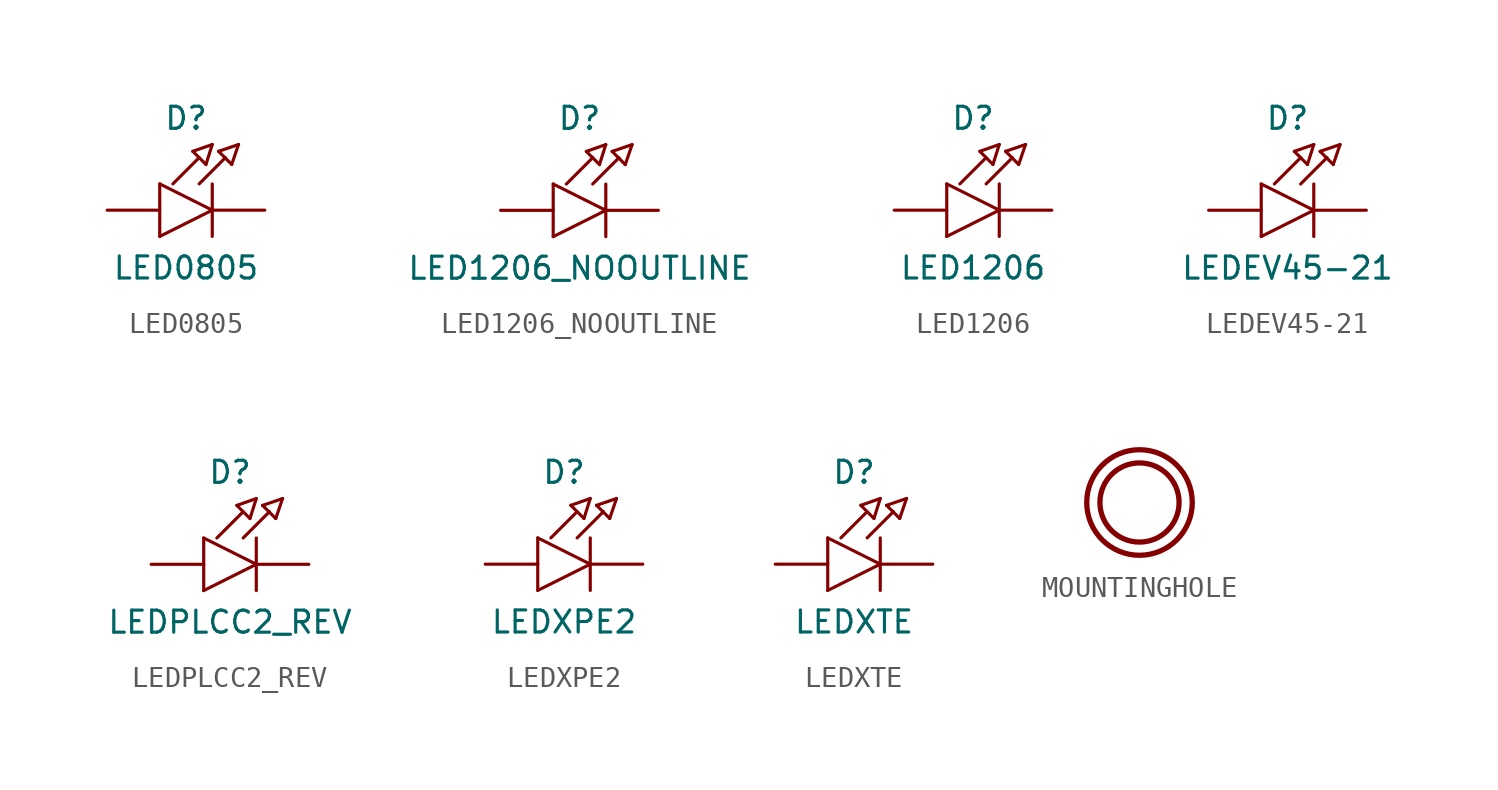
<source format=kicad_sym>
(kicad_symbol_lib
  (version 20211014)
  (generator kicad_symbol_editor)
  (symbol "LED0805"
    (pin_names
      (offset 1.016))
    (property "Reference" "D"
      (at -1.27 4.445 0)
      (effects (font (size 1.067 1.067))))
    (property "Value" "LED0805"
      (at -1.27 -2.794 0)
      (effects (font (size 1.067 1.067))))
    (property "ki_locked" ""
      (at 0 0 0)
      (effects (font (size 1.27 1.27))))
    (symbol "LED0805_1_0"
      (polyline (pts (xy -2.54 -1.27) (xy 0 0)) (stroke (width 0) (type default) (color 0 0 0 0)) (fill (type none)))
      (polyline (pts (xy -2.54 1.27) (xy -2.54 -1.27)) (stroke (width 0) (type default) (color 0 0 0 0)) (fill (type none)))
      (polyline (pts (xy -1.905 1.27) (xy -0.635 2.54)) (stroke (width 0) (type default) (color 0 0 0 0)) (fill (type none)))
      (polyline (pts (xy -0.94 2.845) (xy -0.305 2.21)) (stroke (width 0) (type default) (color 0 0 0 0)) (fill (type none)))
      (polyline (pts (xy -0.635 1.27) (xy 0.635 2.54)) (stroke (width 0) (type default) (color 0 0 0 0)) (fill (type none)))
      (polyline (pts (xy -0.305 2.21) (xy 0 3.175)) (stroke (width 0) (type default) (color 0 0 0 0)) (fill (type none)))
      (polyline (pts (xy 0 0) (xy -2.54 1.27)) (stroke (width 0) (type default) (color 0 0 0 0)) (fill (type none)))
      (polyline (pts (xy 0 0) (xy 0 -1.27)) (stroke (width 0) (type default) (color 0 0 0 0)) (fill (type none)))
      (polyline (pts (xy 0 1.27) (xy 0 0)) (stroke (width 0) (type default) (color 0 0 0 0)) (fill (type none)))
      (polyline (pts (xy 0 3.175) (xy -0.94 2.845)) (stroke (width 0) (type default) (color 0 0 0 0)) (fill (type none)))
      (polyline (pts (xy 0.305 2.845) (xy 0.94 2.21)) (stroke (width 0) (type default) (color 0 0 0 0)) (fill (type none)))
      (polyline (pts (xy 0.94 2.21) (xy 1.27 3.175)) (stroke (width 0) (type default) (color 0 0 0 0)) (fill (type none)))
      (polyline (pts (xy 1.27 3.175) (xy 0.305 2.845)) (stroke (width 0) (type default) (color 0 0 0 0)) (fill (type none)))
      (pin passive line (at -5.08 0 0) (length 2.54) (name "A" (effects (font (size 0 0)))) (number "A" (effects (font (size 0 0)))))
      (pin passive line (at 2.54 0 180) (length 2.54) (name "C" (effects (font (size 0 0)))) (number "C" (effects (font (size 0 0)))))))
  (symbol "LED1206_NOOUTLINE"
    (pin_names
      (offset 1.016))
    (property "Reference" "D"
      (at -1.27 4.445 0)
      (effects (font (size 1.067 1.067))))
    (property "Value" "LED1206_NOOUTLINE"
      (at -1.27 -2.794 0)
      (effects (font (size 1.067 1.067))))
    (property "ki_locked" ""
      (at 0 0 0)
      (effects (font (size 1.27 1.27))))
    (symbol "LED1206_NOOUTLINE_1_0"
      (polyline (pts (xy -2.54 -1.27) (xy 0 0)) (stroke (width 0) (type default) (color 0 0 0 0)) (fill (type none)))
      (polyline (pts (xy -2.54 1.27) (xy -2.54 -1.27)) (stroke (width 0) (type default) (color 0 0 0 0)) (fill (type none)))
      (polyline (pts (xy -1.905 1.27) (xy -0.635 2.54)) (stroke (width 0) (type default) (color 0 0 0 0)) (fill (type none)))
      (polyline (pts (xy -0.94 2.845) (xy -0.305 2.21)) (stroke (width 0) (type default) (color 0 0 0 0)) (fill (type none)))
      (polyline (pts (xy -0.635 1.27) (xy 0.635 2.54)) (stroke (width 0) (type default) (color 0 0 0 0)) (fill (type none)))
      (polyline (pts (xy -0.305 2.21) (xy 0 3.175)) (stroke (width 0) (type default) (color 0 0 0 0)) (fill (type none)))
      (polyline (pts (xy 0 0) (xy -2.54 1.27)) (stroke (width 0) (type default) (color 0 0 0 0)) (fill (type none)))
      (polyline (pts (xy 0 0) (xy 0 -1.27)) (stroke (width 0) (type default) (color 0 0 0 0)) (fill (type none)))
      (polyline (pts (xy 0 1.27) (xy 0 0)) (stroke (width 0) (type default) (color 0 0 0 0)) (fill (type none)))
      (polyline (pts (xy 0 3.175) (xy -0.94 2.845)) (stroke (width 0) (type default) (color 0 0 0 0)) (fill (type none)))
      (polyline (pts (xy 0.305 2.845) (xy 0.94 2.21)) (stroke (width 0) (type default) (color 0 0 0 0)) (fill (type none)))
      (polyline (pts (xy 0.94 2.21) (xy 1.27 3.175)) (stroke (width 0) (type default) (color 0 0 0 0)) (fill (type none)))
      (polyline (pts (xy 1.27 3.175) (xy 0.305 2.845)) (stroke (width 0) (type default) (color 0 0 0 0)) (fill (type none)))
      (pin passive line (at -5.08 0 0) (length 2.54) (name "A" (effects (font (size 0 0)))) (number "A" (effects (font (size 0 0)))))
      (pin passive line (at 2.54 0 180) (length 2.54) (name "C" (effects (font (size 0 0)))) (number "C" (effects (font (size 0 0)))))))
  (symbol "LED1206"
    (pin_names
      (offset 1.016))
    (property "Reference" "D"
      (at -1.27 4.445 0)
      (effects (font (size 1.067 1.067))))
    (property "Value" "LED1206"
      (at -1.27 -2.794 0)
      (effects (font (size 1.067 1.067))))
    (property "ki_locked" ""
      (at 0 0 0)
      (effects (font (size 1.27 1.27))))
    (symbol "LED1206_1_0"
      (polyline (pts (xy -2.54 -1.27) (xy 0 0)) (stroke (width 0) (type default) (color 0 0 0 0)) (fill (type none)))
      (polyline (pts (xy -2.54 1.27) (xy -2.54 -1.27)) (stroke (width 0) (type default) (color 0 0 0 0)) (fill (type none)))
      (polyline (pts (xy -1.905 1.27) (xy -0.635 2.54)) (stroke (width 0) (type default) (color 0 0 0 0)) (fill (type none)))
      (polyline (pts (xy -0.94 2.845) (xy -0.305 2.21)) (stroke (width 0) (type default) (color 0 0 0 0)) (fill (type none)))
      (polyline (pts (xy -0.635 1.27) (xy 0.635 2.54)) (stroke (width 0) (type default) (color 0 0 0 0)) (fill (type none)))
      (polyline (pts (xy -0.305 2.21) (xy 0 3.175)) (stroke (width 0) (type default) (color 0 0 0 0)) (fill (type none)))
      (polyline (pts (xy 0 0) (xy -2.54 1.27)) (stroke (width 0) (type default) (color 0 0 0 0)) (fill (type none)))
      (polyline (pts (xy 0 0) (xy 0 -1.27)) (stroke (width 0) (type default) (color 0 0 0 0)) (fill (type none)))
      (polyline (pts (xy 0 1.27) (xy 0 0)) (stroke (width 0) (type default) (color 0 0 0 0)) (fill (type none)))
      (polyline (pts (xy 0 3.175) (xy -0.94 2.845)) (stroke (width 0) (type default) (color 0 0 0 0)) (fill (type none)))
      (polyline (pts (xy 0.305 2.845) (xy 0.94 2.21)) (stroke (width 0) (type default) (color 0 0 0 0)) (fill (type none)))
      (polyline (pts (xy 0.94 2.21) (xy 1.27 3.175)) (stroke (width 0) (type default) (color 0 0 0 0)) (fill (type none)))
      (polyline (pts (xy 1.27 3.175) (xy 0.305 2.845)) (stroke (width 0) (type default) (color 0 0 0 0)) (fill (type none)))
      (pin passive line (at -5.08 0 0) (length 2.54) (name "A" (effects (font (size 0 0)))) (number "A" (effects (font (size 0 0)))))
      (pin passive line (at 2.54 0 180) (length 2.54) (name "C" (effects (font (size 0 0)))) (number "C" (effects (font (size 0 0)))))))
  (symbol "LEDEV45-21"
    (pin_names
      (offset 1.016))
    (property "Reference" "D"
      (at -1.27 4.445 0)
      (effects (font (size 1.067 1.067))))
    (property "Value" "LEDEV45-21"
      (at -1.27 -2.794 0)
      (effects (font (size 1.067 1.067))))
    (property "ki_locked" ""
      (at 0 0 0)
      (effects (font (size 1.27 1.27))))
    (symbol "LEDEV45-21_1_0"
      (polyline (pts (xy -2.54 -1.27) (xy 0 0)) (stroke (width 0) (type default) (color 0 0 0 0)) (fill (type none)))
      (polyline (pts (xy -2.54 1.27) (xy -2.54 -1.27)) (stroke (width 0) (type default) (color 0 0 0 0)) (fill (type none)))
      (polyline (pts (xy -1.905 1.27) (xy -0.635 2.54)) (stroke (width 0) (type default) (color 0 0 0 0)) (fill (type none)))
      (polyline (pts (xy -0.94 2.845) (xy -0.305 2.21)) (stroke (width 0) (type default) (color 0 0 0 0)) (fill (type none)))
      (polyline (pts (xy -0.635 1.27) (xy 0.635 2.54)) (stroke (width 0) (type default) (color 0 0 0 0)) (fill (type none)))
      (polyline (pts (xy -0.305 2.21) (xy 0 3.175)) (stroke (width 0) (type default) (color 0 0 0 0)) (fill (type none)))
      (polyline (pts (xy 0 0) (xy -2.54 1.27)) (stroke (width 0) (type default) (color 0 0 0 0)) (fill (type none)))
      (polyline (pts (xy 0 0) (xy 0 -1.27)) (stroke (width 0) (type default) (color 0 0 0 0)) (fill (type none)))
      (polyline (pts (xy 0 1.27) (xy 0 0)) (stroke (width 0) (type default) (color 0 0 0 0)) (fill (type none)))
      (polyline (pts (xy 0 3.175) (xy -0.94 2.845)) (stroke (width 0) (type default) (color 0 0 0 0)) (fill (type none)))
      (polyline (pts (xy 0.305 2.845) (xy 0.94 2.21)) (stroke (width 0) (type default) (color 0 0 0 0)) (fill (type none)))
      (polyline (pts (xy 0.94 2.21) (xy 1.27 3.175)) (stroke (width 0) (type default) (color 0 0 0 0)) (fill (type none)))
      (polyline (pts (xy 1.27 3.175) (xy 0.305 2.845)) (stroke (width 0) (type default) (color 0 0 0 0)) (fill (type none)))
      (pin passive line (at -5.08 0 0) (length 2.54) (name "A" (effects (font (size 0 0)))) (number "A" (effects (font (size 0 0)))))
      (pin passive line (at 2.54 0 180) (length 2.54) (name "C" (effects (font (size 0 0)))) (number "K" (effects (font (size 0 0)))))))
  (symbol "LEDPLCC2_REV"
    (pin_names
      (offset 1.016))
    (property "Reference" "D"
      (at -1.27 4.445 0)
      (effects (font (size 1.067 1.067))))
    (property "Value" "LEDPLCC2_REV"
      (at -1.27 -2.794 0)
      (effects (font (size 1.067 1.067))))
    (property "ki_locked" ""
      (at 0 0 0)
      (effects (font (size 1.27 1.27))))
    (symbol "LEDPLCC2_REV_1_0"
      (polyline (pts (xy -2.54 -1.27) (xy 0 0)) (stroke (width 0) (type default) (color 0 0 0 0)) (fill (type none)))
      (polyline (pts (xy -2.54 1.27) (xy -2.54 -1.27)) (stroke (width 0) (type default) (color 0 0 0 0)) (fill (type none)))
      (polyline (pts (xy -1.905 1.27) (xy -0.635 2.54)) (stroke (width 0) (type default) (color 0 0 0 0)) (fill (type none)))
      (polyline (pts (xy -0.94 2.845) (xy -0.305 2.21)) (stroke (width 0) (type default) (color 0 0 0 0)) (fill (type none)))
      (polyline (pts (xy -0.635 1.27) (xy 0.635 2.54)) (stroke (width 0) (type default) (color 0 0 0 0)) (fill (type none)))
      (polyline (pts (xy -0.305 2.21) (xy 0 3.175)) (stroke (width 0) (type default) (color 0 0 0 0)) (fill (type none)))
      (polyline (pts (xy 0 0) (xy -2.54 1.27)) (stroke (width 0) (type default) (color 0 0 0 0)) (fill (type none)))
      (polyline (pts (xy 0 0) (xy 0 -1.27)) (stroke (width 0) (type default) (color 0 0 0 0)) (fill (type none)))
      (polyline (pts (xy 0 1.27) (xy 0 0)) (stroke (width 0) (type default) (color 0 0 0 0)) (fill (type none)))
      (polyline (pts (xy 0 3.175) (xy -0.94 2.845)) (stroke (width 0) (type default) (color 0 0 0 0)) (fill (type none)))
      (polyline (pts (xy 0.305 2.845) (xy 0.94 2.21)) (stroke (width 0) (type default) (color 0 0 0 0)) (fill (type none)))
      (polyline (pts (xy 0.94 2.21) (xy 1.27 3.175)) (stroke (width 0) (type default) (color 0 0 0 0)) (fill (type none)))
      (polyline (pts (xy 1.27 3.175) (xy 0.305 2.845)) (stroke (width 0) (type default) (color 0 0 0 0)) (fill (type none)))
      (pin passive line (at -5.08 0 0) (length 2.54) (name "A" (effects (font (size 0 0)))) (number "A" (effects (font (size 0 0)))))
      (pin passive line (at 2.54 0 180) (length 2.54) (name "C" (effects (font (size 0 0)))) (number "K" (effects (font (size 0 0)))))))
  (symbol "LEDXPE2"
    (pin_names
      (offset 1.016))
    (property "Reference" "D"
      (at -1.27 4.445 0)
      (effects (font (size 1.067 1.067))))
    (property "Value" "LEDXPE2"
      (at -1.27 -2.794 0)
      (effects (font (size 1.067 1.067))))
    (property "ki_locked" ""
      (at 0 0 0)
      (effects (font (size 1.27 1.27))))
    (symbol "LEDXPE2_1_0"
      (polyline (pts (xy -2.54 -1.27) (xy 0 0)) (stroke (width 0) (type default) (color 0 0 0 0)) (fill (type none)))
      (polyline (pts (xy -2.54 1.27) (xy -2.54 -1.27)) (stroke (width 0) (type default) (color 0 0 0 0)) (fill (type none)))
      (polyline (pts (xy -1.905 1.27) (xy -0.635 2.54)) (stroke (width 0) (type default) (color 0 0 0 0)) (fill (type none)))
      (polyline (pts (xy -0.94 2.845) (xy -0.305 2.21)) (stroke (width 0) (type default) (color 0 0 0 0)) (fill (type none)))
      (polyline (pts (xy -0.635 1.27) (xy 0.635 2.54)) (stroke (width 0) (type default) (color 0 0 0 0)) (fill (type none)))
      (polyline (pts (xy -0.305 2.21) (xy 0 3.175)) (stroke (width 0) (type default) (color 0 0 0 0)) (fill (type none)))
      (polyline (pts (xy 0 0) (xy -2.54 1.27)) (stroke (width 0) (type default) (color 0 0 0 0)) (fill (type none)))
      (polyline (pts (xy 0 0) (xy 0 -1.27)) (stroke (width 0) (type default) (color 0 0 0 0)) (fill (type none)))
      (polyline (pts (xy 0 1.27) (xy 0 0)) (stroke (width 0) (type default) (color 0 0 0 0)) (fill (type none)))
      (polyline (pts (xy 0 3.175) (xy -0.94 2.845)) (stroke (width 0) (type default) (color 0 0 0 0)) (fill (type none)))
      (polyline (pts (xy 0.305 2.845) (xy 0.94 2.21)) (stroke (width 0) (type default) (color 0 0 0 0)) (fill (type none)))
      (polyline (pts (xy 0.94 2.21) (xy 1.27 3.175)) (stroke (width 0) (type default) (color 0 0 0 0)) (fill (type none)))
      (polyline (pts (xy 1.27 3.175) (xy 0.305 2.845)) (stroke (width 0) (type default) (color 0 0 0 0)) (fill (type none)))
      (pin passive line (at -5.08 0 0) (length 2.54) (name "A" (effects (font (size 0 0)))) (number "ANODE" (effects (font (size 0 0)))))
      (pin passive line (at 2.54 0 180) (length 2.54) (name "C" (effects (font (size 0 0)))) (number "CATHODE" (effects (font (size 0 0)))))))
  (symbol "LEDXTE"
    (pin_names
      (offset 1.016))
    (property "Reference" "D"
      (at -1.27 4.445 0)
      (effects (font (size 1.067 1.067))))
    (property "Value" "LEDXTE"
      (at -1.27 -2.794 0)
      (effects (font (size 1.067 1.067))))
    (property "ki_locked" ""
      (at 0 0 0)
      (effects (font (size 1.27 1.27))))
    (symbol "LEDXTE_1_0"
      (polyline (pts (xy -2.54 -1.27) (xy 0 0)) (stroke (width 0) (type default) (color 0 0 0 0)) (fill (type none)))
      (polyline (pts (xy -2.54 1.27) (xy -2.54 -1.27)) (stroke (width 0) (type default) (color 0 0 0 0)) (fill (type none)))
      (polyline (pts (xy -1.905 1.27) (xy -0.635 2.54)) (stroke (width 0) (type default) (color 0 0 0 0)) (fill (type none)))
      (polyline (pts (xy -0.94 2.845) (xy -0.305 2.21)) (stroke (width 0) (type default) (color 0 0 0 0)) (fill (type none)))
      (polyline (pts (xy -0.635 1.27) (xy 0.635 2.54)) (stroke (width 0) (type default) (color 0 0 0 0)) (fill (type none)))
      (polyline (pts (xy -0.305 2.21) (xy 0 3.175)) (stroke (width 0) (type default) (color 0 0 0 0)) (fill (type none)))
      (polyline (pts (xy 0 0) (xy -2.54 1.27)) (stroke (width 0) (type default) (color 0 0 0 0)) (fill (type none)))
      (polyline (pts (xy 0 0) (xy 0 -1.27)) (stroke (width 0) (type default) (color 0 0 0 0)) (fill (type none)))
      (polyline (pts (xy 0 1.27) (xy 0 0)) (stroke (width 0) (type default) (color 0 0 0 0)) (fill (type none)))
      (polyline (pts (xy 0 3.175) (xy -0.94 2.845)) (stroke (width 0) (type default) (color 0 0 0 0)) (fill (type none)))
      (polyline (pts (xy 0.305 2.845) (xy 0.94 2.21)) (stroke (width 0) (type default) (color 0 0 0 0)) (fill (type none)))
      (polyline (pts (xy 0.94 2.21) (xy 1.27 3.175)) (stroke (width 0) (type default) (color 0 0 0 0)) (fill (type none)))
      (polyline (pts (xy 1.27 3.175) (xy 0.305 2.845)) (stroke (width 0) (type default) (color 0 0 0 0)) (fill (type none)))
      (pin passive line (at -5.08 0 0) (length 2.54) (name "A" (effects (font (size 0 0)))) (number "ANODE" (effects (font (size 0 0)))))
      (pin passive line (at 2.54 0 180) (length 2.54) (name "C" (effects (font (size 0 0)))) (number "CATHODE" (effects (font (size 0 0)))))))
  (symbol "MOUNTINGHOLE"
    (pin_names
      (offset 1.016))
    (property "Reference" ""
      (at 0 0 0)
      (effects (font (size 1.27 1.27)) hide))
    (property "ki_locked" ""
      (at 0 0 0)
      (effects (font (size 1.27 1.27))))
    (symbol "MOUNTINGHOLE_1_0"
      (circle (center 0 0) (radius 1.905) (stroke (width 0.254) (type default) (color 0 0 0 0)) (fill (type none)))
      (circle (center 0 0) (radius 2.54) (stroke (width 0.254) (type default) (color 0 0 0 0)) (fill (type none))))))
</source>
